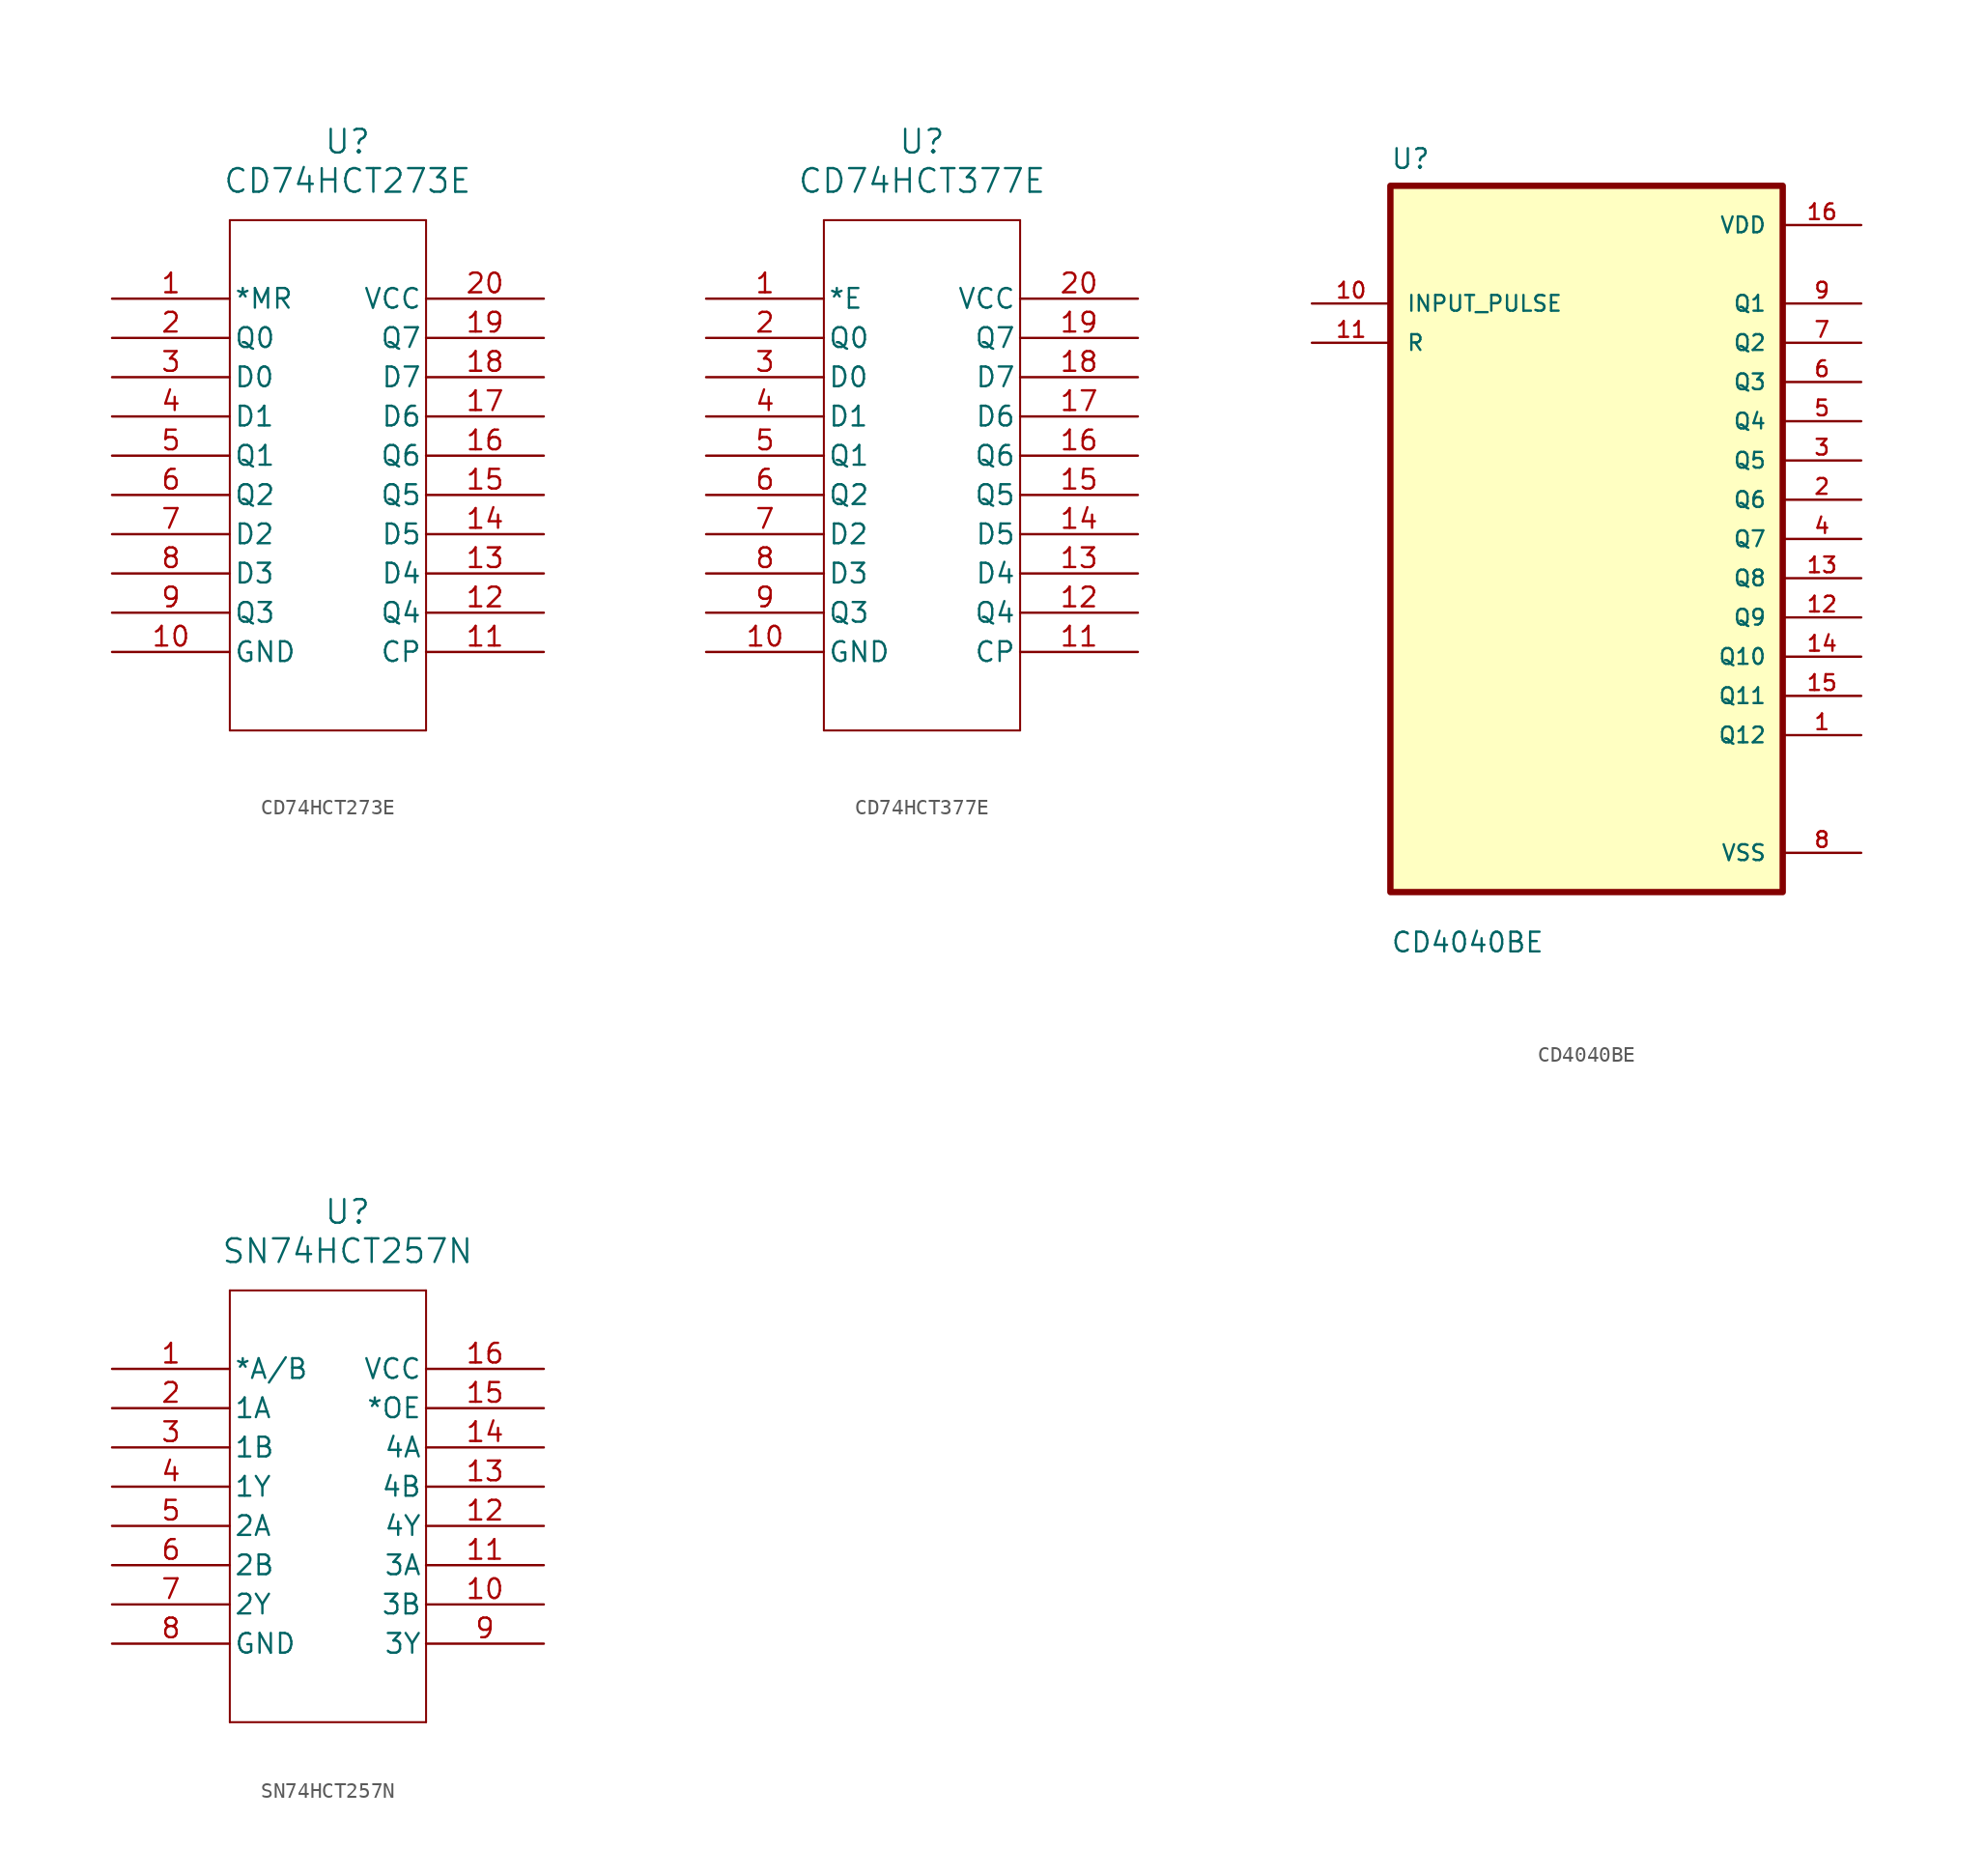
<source format=kicad_sym>
(kicad_symbol_lib
  (version 20231120)
  (generator "kicad_symbol_editor")
  (generator_version "8.0")
  (symbol "CD74HCT273E"
    (pin_names
      (offset 0.254))
    (property "Reference" "U"
      (at 27.94 10.16 0)
      (effects (font (size 1.524 1.524))))
    (property "Value" "CD74HCT273E"
      (at 27.94 7.62 0)
      (effects (font (size 1.524 1.524))))
    (property "ki_locked" ""
      (at 0 0 0)
      (effects (font (size 1.27 1.27))))
    (symbol "CD74HCT273E_0_1"
      (polyline (pts (xy 20.32 -27.94) (xy 33.02 -27.94)) (stroke (width 0.127) (type default)) (fill (type none)))
      (polyline (pts (xy 20.32 5.08) (xy 20.32 -27.94)) (stroke (width 0.127) (type default)) (fill (type none)))
      (polyline (pts (xy 33.02 -27.94) (xy 33.02 5.08)) (stroke (width 0.127) (type default)) (fill (type none)))
      (polyline (pts (xy 33.02 5.08) (xy 20.32 5.08)) (stroke (width 0.127) (type default)) (fill (type none)))
      (pin input line (at 12.7 0 0) (length 7.62) (name "*MR" (effects (font (size 1.27 1.27)))) (number "1" (effects (font (size 1.27 1.27)))))
      (pin power_in line (at 12.7 -22.86 0) (length 7.62) (name "GND" (effects (font (size 1.27 1.27)))) (number "10" (effects (font (size 1.27 1.27)))))
      (pin input line (at 40.64 -22.86 180) (length 7.62) (name "CP" (effects (font (size 1.27 1.27)))) (number "11" (effects (font (size 1.27 1.27)))))
      (pin output line (at 40.64 -20.32 180) (length 7.62) (name "Q4" (effects (font (size 1.27 1.27)))) (number "12" (effects (font (size 1.27 1.27)))))
      (pin input line (at 40.64 -17.78 180) (length 7.62) (name "D4" (effects (font (size 1.27 1.27)))) (number "13" (effects (font (size 1.27 1.27)))))
      (pin input line (at 40.64 -15.24 180) (length 7.62) (name "D5" (effects (font (size 1.27 1.27)))) (number "14" (effects (font (size 1.27 1.27)))))
      (pin output line (at 40.64 -12.7 180) (length 7.62) (name "Q5" (effects (font (size 1.27 1.27)))) (number "15" (effects (font (size 1.27 1.27)))))
      (pin output line (at 40.64 -10.16 180) (length 7.62) (name "Q6" (effects (font (size 1.27 1.27)))) (number "16" (effects (font (size 1.27 1.27)))))
      (pin input line (at 40.64 -7.62 180) (length 7.62) (name "D6" (effects (font (size 1.27 1.27)))) (number "17" (effects (font (size 1.27 1.27)))))
      (pin input line (at 40.64 -5.08 180) (length 7.62) (name "D7" (effects (font (size 1.27 1.27)))) (number "18" (effects (font (size 1.27 1.27)))))
      (pin output line (at 40.64 -2.54 180) (length 7.62) (name "Q7" (effects (font (size 1.27 1.27)))) (number "19" (effects (font (size 1.27 1.27)))))
      (pin output line (at 12.7 -2.54 0) (length 7.62) (name "Q0" (effects (font (size 1.27 1.27)))) (number "2" (effects (font (size 1.27 1.27)))))
      (pin power_in line (at 40.64 0 180) (length 7.62) (name "VCC" (effects (font (size 1.27 1.27)))) (number "20" (effects (font (size 1.27 1.27)))))
      (pin input line (at 12.7 -5.08 0) (length 7.62) (name "D0" (effects (font (size 1.27 1.27)))) (number "3" (effects (font (size 1.27 1.27)))))
      (pin input line (at 12.7 -7.62 0) (length 7.62) (name "D1" (effects (font (size 1.27 1.27)))) (number "4" (effects (font (size 1.27 1.27)))))
      (pin output line (at 12.7 -10.16 0) (length 7.62) (name "Q1" (effects (font (size 1.27 1.27)))) (number "5" (effects (font (size 1.27 1.27)))))
      (pin output line (at 12.7 -12.7 0) (length 7.62) (name "Q2" (effects (font (size 1.27 1.27)))) (number "6" (effects (font (size 1.27 1.27)))))
      (pin input line (at 12.7 -15.24 0) (length 7.62) (name "D2" (effects (font (size 1.27 1.27)))) (number "7" (effects (font (size 1.27 1.27)))))
      (pin input line (at 12.7 -17.78 0) (length 7.62) (name "D3" (effects (font (size 1.27 1.27)))) (number "8" (effects (font (size 1.27 1.27)))))
      (pin output line (at 12.7 -20.32 0) (length 7.62) (name "Q3" (effects (font (size 1.27 1.27)))) (number "9" (effects (font (size 1.27 1.27)))))))
  (symbol "CD74HCT377E"
    (pin_names
      (offset 0.254))
    (property "Reference" "U"
      (at 27.94 10.16 0)
      (effects (font (size 1.524 1.524))))
    (property "Value" "CD74HCT377E"
      (at 27.94 7.62 0)
      (effects (font (size 1.524 1.524))))
    (property "ki_locked" ""
      (at 0 0 0)
      (effects (font (size 1.27 1.27))))
    (symbol "CD74HCT377E_0_1"
      (polyline (pts (xy 21.59 -27.94) (xy 34.29 -27.94)) (stroke (width 0.127) (type default)) (fill (type none)))
      (polyline (pts (xy 21.59 5.08) (xy 21.59 -27.94)) (stroke (width 0.127) (type default)) (fill (type none)))
      (polyline (pts (xy 34.29 -27.94) (xy 34.29 5.08)) (stroke (width 0.127) (type default)) (fill (type none)))
      (polyline (pts (xy 34.29 5.08) (xy 21.59 5.08)) (stroke (width 0.127) (type default)) (fill (type none)))
      (pin input line (at 13.97 0 0) (length 7.62) (name "*E" (effects (font (size 1.27 1.27)))) (number "1" (effects (font (size 1.27 1.27)))))
      (pin power_in line (at 13.97 -22.86 0) (length 7.62) (name "GND" (effects (font (size 1.27 1.27)))) (number "10" (effects (font (size 1.27 1.27)))))
      (pin input line (at 41.91 -22.86 180) (length 7.62) (name "CP" (effects (font (size 1.27 1.27)))) (number "11" (effects (font (size 1.27 1.27)))))
      (pin output line (at 41.91 -20.32 180) (length 7.62) (name "Q4" (effects (font (size 1.27 1.27)))) (number "12" (effects (font (size 1.27 1.27)))))
      (pin input line (at 41.91 -17.78 180) (length 7.62) (name "D4" (effects (font (size 1.27 1.27)))) (number "13" (effects (font (size 1.27 1.27)))))
      (pin input line (at 41.91 -15.24 180) (length 7.62) (name "D5" (effects (font (size 1.27 1.27)))) (number "14" (effects (font (size 1.27 1.27)))))
      (pin output line (at 41.91 -12.7 180) (length 7.62) (name "Q5" (effects (font (size 1.27 1.27)))) (number "15" (effects (font (size 1.27 1.27)))))
      (pin output line (at 41.91 -10.16 180) (length 7.62) (name "Q6" (effects (font (size 1.27 1.27)))) (number "16" (effects (font (size 1.27 1.27)))))
      (pin input line (at 41.91 -7.62 180) (length 7.62) (name "D6" (effects (font (size 1.27 1.27)))) (number "17" (effects (font (size 1.27 1.27)))))
      (pin input line (at 41.91 -5.08 180) (length 7.62) (name "D7" (effects (font (size 1.27 1.27)))) (number "18" (effects (font (size 1.27 1.27)))))
      (pin output line (at 41.91 -2.54 180) (length 7.62) (name "Q7" (effects (font (size 1.27 1.27)))) (number "19" (effects (font (size 1.27 1.27)))))
      (pin output line (at 13.97 -2.54 0) (length 7.62) (name "Q0" (effects (font (size 1.27 1.27)))) (number "2" (effects (font (size 1.27 1.27)))))
      (pin power_in line (at 41.91 0 180) (length 7.62) (name "VCC" (effects (font (size 1.27 1.27)))) (number "20" (effects (font (size 1.27 1.27)))))
      (pin input line (at 13.97 -5.08 0) (length 7.62) (name "D0" (effects (font (size 1.27 1.27)))) (number "3" (effects (font (size 1.27 1.27)))))
      (pin input line (at 13.97 -7.62 0) (length 7.62) (name "D1" (effects (font (size 1.27 1.27)))) (number "4" (effects (font (size 1.27 1.27)))))
      (pin output line (at 13.97 -10.16 0) (length 7.62) (name "Q1" (effects (font (size 1.27 1.27)))) (number "5" (effects (font (size 1.27 1.27)))))
      (pin output line (at 13.97 -12.7 0) (length 7.62) (name "Q2" (effects (font (size 1.27 1.27)))) (number "6" (effects (font (size 1.27 1.27)))))
      (pin input line (at 13.97 -15.24 0) (length 7.62) (name "D2" (effects (font (size 1.27 1.27)))) (number "7" (effects (font (size 1.27 1.27)))))
      (pin input line (at 13.97 -17.78 0) (length 7.62) (name "D3" (effects (font (size 1.27 1.27)))) (number "8" (effects (font (size 1.27 1.27)))))
      (pin output line (at 13.97 -20.32 0) (length 7.62) (name "Q3" (effects (font (size 1.27 1.27)))) (number "9" (effects (font (size 1.27 1.27)))))))
  (symbol "CD4040BE"
    (pin_names
      (offset 1.016))
    (property "Reference" "U"
      (at -12.7 23.86 0)
      (effects (font (size 1.27 1.27)) (justify left bottom)))
    (property "Value" "CD4040BE"
      (at -12.7 -26.86 0)
      (effects (font (size 1.27 1.27)) (justify left bottom)))
    (symbol "CD4040BE_0_0"
      (rectangle (start -12.7 -22.86) (end 12.7 22.86) (stroke (width 0.41) (type default)) (fill (type background)))
      (pin output line (at 17.78 -12.7 180) (length 5.08) (name "Q12" (effects (font (size 1.016 1.016)))) (number "1" (effects (font (size 1.016 1.016)))))
      (pin input line (at -17.78 15.24 0) (length 5.08) (name "INPUT_PULSE" (effects (font (size 1.016 1.016)))) (number "10" (effects (font (size 1.016 1.016)))))
      (pin input line (at -17.78 12.7 0) (length 5.08) (name "R" (effects (font (size 1.016 1.016)))) (number "11" (effects (font (size 1.016 1.016)))))
      (pin output line (at 17.78 -5.08 180) (length 5.08) (name "Q9" (effects (font (size 1.016 1.016)))) (number "12" (effects (font (size 1.016 1.016)))))
      (pin output line (at 17.78 -2.54 180) (length 5.08) (name "Q8" (effects (font (size 1.016 1.016)))) (number "13" (effects (font (size 1.016 1.016)))))
      (pin output line (at 17.78 -7.62 180) (length 5.08) (name "Q10" (effects (font (size 1.016 1.016)))) (number "14" (effects (font (size 1.016 1.016)))))
      (pin output line (at 17.78 -10.16 180) (length 5.08) (name "Q11" (effects (font (size 1.016 1.016)))) (number "15" (effects (font (size 1.016 1.016)))))
      (pin power_in line (at 17.78 20.32 180) (length 5.08) (name "VDD" (effects (font (size 1.016 1.016)))) (number "16" (effects (font (size 1.016 1.016)))))
      (pin output line (at 17.78 2.54 180) (length 5.08) (name "Q6" (effects (font (size 1.016 1.016)))) (number "2" (effects (font (size 1.016 1.016)))))
      (pin output line (at 17.78 5.08 180) (length 5.08) (name "Q5" (effects (font (size 1.016 1.016)))) (number "3" (effects (font (size 1.016 1.016)))))
      (pin output line (at 17.78 0 180) (length 5.08) (name "Q7" (effects (font (size 1.016 1.016)))) (number "4" (effects (font (size 1.016 1.016)))))
      (pin output line (at 17.78 7.62 180) (length 5.08) (name "Q4" (effects (font (size 1.016 1.016)))) (number "5" (effects (font (size 1.016 1.016)))))
      (pin output line (at 17.78 10.16 180) (length 5.08) (name "Q3" (effects (font (size 1.016 1.016)))) (number "6" (effects (font (size 1.016 1.016)))))
      (pin output line (at 17.78 12.7 180) (length 5.08) (name "Q2" (effects (font (size 1.016 1.016)))) (number "7" (effects (font (size 1.016 1.016)))))
      (pin power_in line (at 17.78 -20.32 180) (length 5.08) (name "VSS" (effects (font (size 1.016 1.016)))) (number "8" (effects (font (size 1.016 1.016)))))
      (pin output line (at 17.78 15.24 180) (length 5.08) (name "Q1" (effects (font (size 1.016 1.016)))) (number "9" (effects (font (size 1.016 1.016)))))))
  (symbol "SN74HCT257N"
    (pin_names
      (offset 0.254))
    (property "Reference" "U"
      (at 27.94 10.16 0)
      (effects (font (size 1.524 1.524))))
    (property "Value" "SN74HCT257N"
      (at 27.94 7.62 0)
      (effects (font (size 1.524 1.524))))
    (property "ki_locked" ""
      (at 0 0 0)
      (effects (font (size 1.27 1.27))))
    (symbol "SN74HCT257N_0_1"
      (polyline (pts (xy 20.32 -22.86) (xy 33.02 -22.86)) (stroke (width 0.127) (type default)) (fill (type none)))
      (polyline (pts (xy 20.32 5.08) (xy 20.32 -22.86)) (stroke (width 0.127) (type default)) (fill (type none)))
      (polyline (pts (xy 33.02 -22.86) (xy 33.02 5.08)) (stroke (width 0.127) (type default)) (fill (type none)))
      (polyline (pts (xy 33.02 5.08) (xy 20.32 5.08)) (stroke (width 0.127) (type default)) (fill (type none)))
      (pin input line (at 12.7 0 0) (length 7.62) (name "*A/B" (effects (font (size 1.27 1.27)))) (number "1" (effects (font (size 1.27 1.27)))))
      (pin input line (at 40.64 -15.24 180) (length 7.62) (name "3B" (effects (font (size 1.27 1.27)))) (number "10" (effects (font (size 1.27 1.27)))))
      (pin input line (at 40.64 -12.7 180) (length 7.62) (name "3A" (effects (font (size 1.27 1.27)))) (number "11" (effects (font (size 1.27 1.27)))))
      (pin output line (at 40.64 -10.16 180) (length 7.62) (name "4Y" (effects (font (size 1.27 1.27)))) (number "12" (effects (font (size 1.27 1.27)))))
      (pin input line (at 40.64 -7.62 180) (length 7.62) (name "4B" (effects (font (size 1.27 1.27)))) (number "13" (effects (font (size 1.27 1.27)))))
      (pin input line (at 40.64 -5.08 180) (length 7.62) (name "4A" (effects (font (size 1.27 1.27)))) (number "14" (effects (font (size 1.27 1.27)))))
      (pin input line (at 40.64 -2.54 180) (length 7.62) (name "*OE" (effects (font (size 1.27 1.27)))) (number "15" (effects (font (size 1.27 1.27)))))
      (pin power_in line (at 40.64 0 180) (length 7.62) (name "VCC" (effects (font (size 1.27 1.27)))) (number "16" (effects (font (size 1.27 1.27)))))
      (pin input line (at 12.7 -2.54 0) (length 7.62) (name "1A" (effects (font (size 1.27 1.27)))) (number "2" (effects (font (size 1.27 1.27)))))
      (pin input line (at 12.7 -5.08 0) (length 7.62) (name "1B" (effects (font (size 1.27 1.27)))) (number "3" (effects (font (size 1.27 1.27)))))
      (pin output line (at 12.7 -7.62 0) (length 7.62) (name "1Y" (effects (font (size 1.27 1.27)))) (number "4" (effects (font (size 1.27 1.27)))))
      (pin input line (at 12.7 -10.16 0) (length 7.62) (name "2A" (effects (font (size 1.27 1.27)))) (number "5" (effects (font (size 1.27 1.27)))))
      (pin input line (at 12.7 -12.7 0) (length 7.62) (name "2B" (effects (font (size 1.27 1.27)))) (number "6" (effects (font (size 1.27 1.27)))))
      (pin output line (at 12.7 -15.24 0) (length 7.62) (name "2Y" (effects (font (size 1.27 1.27)))) (number "7" (effects (font (size 1.27 1.27)))))
      (pin power_in line (at 12.7 -17.78 0) (length 7.62) (name "GND" (effects (font (size 1.27 1.27)))) (number "8" (effects (font (size 1.27 1.27)))))
      (pin output line (at 40.64 -17.78 180) (length 7.62) (name "3Y" (effects (font (size 1.27 1.27)))) (number "9" (effects (font (size 1.27 1.27))))))))
</source>
